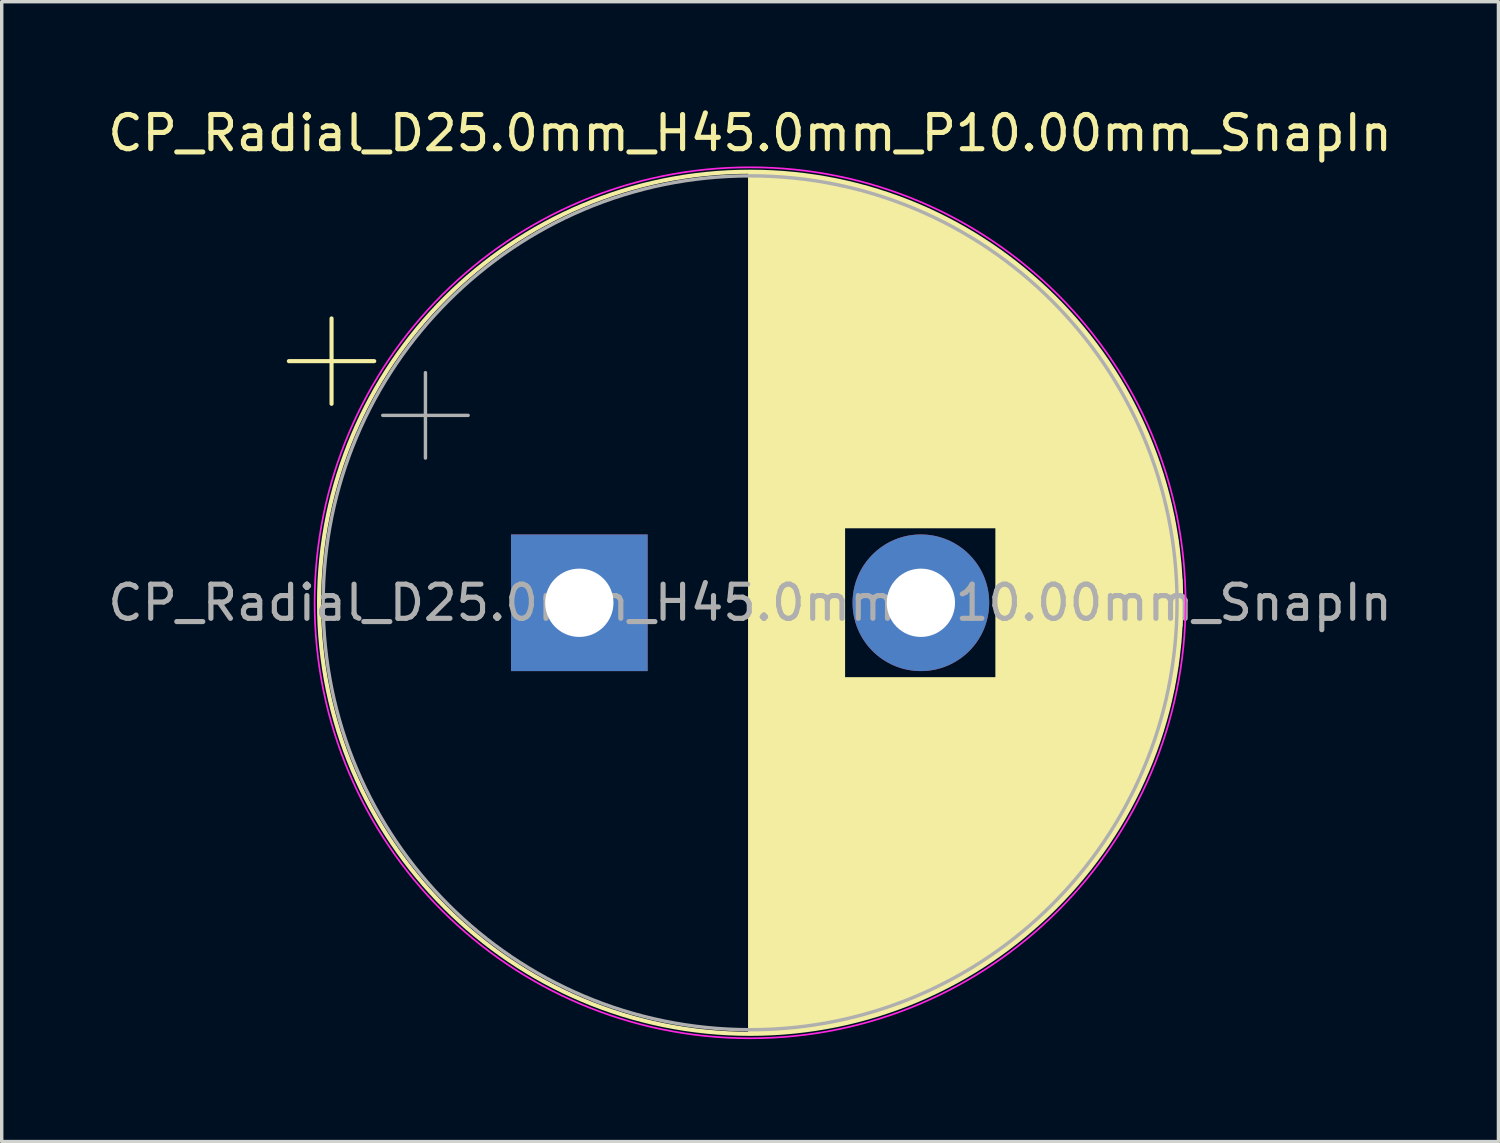
<source format=kicad_pcb>
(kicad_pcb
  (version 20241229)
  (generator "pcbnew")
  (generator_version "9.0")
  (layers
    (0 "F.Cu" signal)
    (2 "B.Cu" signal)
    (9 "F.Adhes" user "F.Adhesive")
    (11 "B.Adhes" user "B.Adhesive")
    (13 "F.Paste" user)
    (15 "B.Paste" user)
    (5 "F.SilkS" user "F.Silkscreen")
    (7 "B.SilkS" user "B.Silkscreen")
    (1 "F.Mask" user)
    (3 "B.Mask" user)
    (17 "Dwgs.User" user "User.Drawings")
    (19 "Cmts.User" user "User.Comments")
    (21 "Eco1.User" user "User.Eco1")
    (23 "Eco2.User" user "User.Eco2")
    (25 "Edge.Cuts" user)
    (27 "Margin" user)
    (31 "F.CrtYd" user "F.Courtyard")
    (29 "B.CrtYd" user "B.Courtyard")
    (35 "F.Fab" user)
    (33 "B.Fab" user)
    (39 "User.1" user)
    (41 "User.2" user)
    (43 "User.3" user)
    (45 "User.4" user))
  (footprint "CP_Radial_D25.0mm_H45.0mm_P10.00mm_SnapIn"
    (layer "F.Cu")
    (at 13.911 14.598)
    (property "Reference" "CP_Radial_D25.0mm_H45.0mm_P10.00mm_SnapIn" (at 5 -13.75 0) (layer "F.SilkS") (effects (font (size 1 1) (thickness 0.15))))
    (attr through_hole)
    (fp_line (start -8.504 -7.075) (end -6.004 -7.075) (stroke (width 0.12) (type solid)) (layer "F.SilkS"))
    (fp_line (start -7.254 -8.325) (end -7.254 -5.825) (stroke (width 0.12) (type solid)) (layer "F.SilkS"))
    (fp_line (start 5 -12.581) (end 5 12.581) (stroke (width 0.12) (type solid)) (layer "F.SilkS"))
    (fp_line (start 5.04 -12.58) (end 5.04 12.58) (stroke (width 0.12) (type solid)) (layer "F.SilkS"))
    (fp_line (start 5.08 -12.58) (end 5.08 12.58) (stroke (width 0.12) (type solid)) (layer "F.SilkS"))
    (fp_line (start 5.12 -12.58) (end 5.12 12.58) (stroke (width 0.12) (type solid)) (layer "F.SilkS"))
    (fp_line (start 5.16 -12.579) (end 5.16 12.579) (stroke (width 0.12) (type solid)) (layer "F.SilkS"))
    (fp_line (start 5.2 -12.579) (end 5.2 12.579) (stroke (width 0.12) (type solid)) (layer "F.SilkS"))
    (fp_line (start 5.24 -12.578) (end 5.24 12.578) (stroke (width 0.12) (type solid)) (layer "F.SilkS"))
    (fp_line (start 5.28 -12.577) (end 5.28 12.577) (stroke (width 0.12) (type solid)) (layer "F.SilkS"))
    (fp_line (start 5.32 -12.576) (end 5.32 12.576) (stroke (width 0.12) (type solid)) (layer "F.SilkS"))
    (fp_line (start 5.36 -12.575) (end 5.36 12.575) (stroke (width 0.12) (type solid)) (layer "F.SilkS"))
    (fp_line (start 5.4 -12.574) (end 5.4 12.574) (stroke (width 0.12) (type solid)) (layer "F.SilkS"))
    (fp_line (start 5.44 -12.573) (end 5.44 12.573) (stroke (width 0.12) (type solid)) (layer "F.SilkS"))
    (fp_line (start 5.48 -12.571) (end 5.48 12.571) (stroke (width 0.12) (type solid)) (layer "F.SilkS"))
    (fp_line (start 5.52 -12.57) (end 5.52 12.57) (stroke (width 0.12) (type solid)) (layer "F.SilkS"))
    (fp_line (start 5.56 -12.568) (end 5.56 12.568) (stroke (width 0.12) (type solid)) (layer "F.SilkS"))
    (fp_line (start 5.6 -12.566) (end 5.6 12.566) (stroke (width 0.12) (type solid)) (layer "F.SilkS"))
    (fp_line (start 5.64 -12.564) (end 5.64 12.564) (stroke (width 0.12) (type solid)) (layer "F.SilkS"))
    (fp_line (start 5.68 -12.562) (end 5.68 12.562) (stroke (width 0.12) (type solid)) (layer "F.SilkS"))
    (fp_line (start 5.721 -12.56) (end 5.721 12.56) (stroke (width 0.12) (type solid)) (layer "F.SilkS"))
    (fp_line (start 5.761 -12.558) (end 5.761 12.558) (stroke (width 0.12) (type solid)) (layer "F.SilkS"))
    (fp_line (start 5.801 -12.555) (end 5.801 12.555) (stroke (width 0.12) (type solid)) (layer "F.SilkS"))
    (fp_line (start 5.841 -12.553) (end 5.841 12.553) (stroke (width 0.12) (type solid)) (layer "F.SilkS"))
    (fp_line (start 5.881 -12.55) (end 5.881 12.55) (stroke (width 0.12) (type solid)) (layer "F.SilkS"))
    (fp_line (start 5.921 -12.547) (end 5.921 12.547) (stroke (width 0.12) (type solid)) (layer "F.SilkS"))
    (fp_line (start 5.961 -12.544) (end 5.961 12.544) (stroke (width 0.12) (type solid)) (layer "F.SilkS"))
    (fp_line (start 6.001 -12.541) (end 6.001 12.541) (stroke (width 0.12) (type solid)) (layer "F.SilkS"))
    (fp_line (start 6.041 -12.538) (end 6.041 12.538) (stroke (width 0.12) (type solid)) (layer "F.SilkS"))
    (fp_line (start 6.081 -12.534) (end 6.081 12.534) (stroke (width 0.12) (type solid)) (layer "F.SilkS"))
    (fp_line (start 6.121 -12.531) (end 6.121 12.531) (stroke (width 0.12) (type solid)) (layer "F.SilkS"))
    (fp_line (start 6.161 -12.527) (end 6.161 12.527) (stroke (width 0.12) (type solid)) (layer "F.SilkS"))
    (fp_line (start 6.201 -12.523) (end 6.201 12.523) (stroke (width 0.12) (type solid)) (layer "F.SilkS"))
    (fp_line (start 6.241 -12.519) (end 6.241 12.519) (stroke (width 0.12) (type solid)) (layer "F.SilkS"))
    (fp_line (start 6.281 -12.515) (end 6.281 12.515) (stroke (width 0.12) (type solid)) (layer "F.SilkS"))
    (fp_line (start 6.321 -12.511) (end 6.321 12.511) (stroke (width 0.12) (type solid)) (layer "F.SilkS"))
    (fp_line (start 6.361 -12.507) (end 6.361 12.507) (stroke (width 0.12) (type solid)) (layer "F.SilkS"))
    (fp_line (start 6.401 -12.503) (end 6.401 12.503) (stroke (width 0.12) (type solid)) (layer "F.SilkS"))
    (fp_line (start 6.441 -12.498) (end 6.441 12.498) (stroke (width 0.12) (type solid)) (layer "F.SilkS"))
    (fp_line (start 6.481 -12.493) (end 6.481 12.493) (stroke (width 0.12) (type solid)) (layer "F.SilkS"))
    (fp_line (start 6.521 -12.489) (end 6.521 12.489) (stroke (width 0.12) (type solid)) (layer "F.SilkS"))
    (fp_line (start 6.561 -12.484) (end 6.561 12.484) (stroke (width 0.12) (type solid)) (layer "F.SilkS"))
    (fp_line (start 6.601 -12.479) (end 6.601 12.479) (stroke (width 0.12) (type solid)) (layer "F.SilkS"))
    (fp_line (start 6.641 -12.473) (end 6.641 12.473) (stroke (width 0.12) (type solid)) (layer "F.SilkS"))
    (fp_line (start 6.681 -12.468) (end 6.681 12.468) (stroke (width 0.12) (type solid)) (layer "F.SilkS"))
    (fp_line (start 6.721 -12.463) (end 6.721 12.463) (stroke (width 0.12) (type solid)) (layer "F.SilkS"))
    (fp_line (start 6.761 -12.457) (end 6.761 12.457) (stroke (width 0.12) (type solid)) (layer "F.SilkS"))
    (fp_line (start 6.801 -12.451) (end 6.801 12.451) (stroke (width 0.12) (type solid)) (layer "F.SilkS"))
    (fp_line (start 6.841 -12.446) (end 6.841 12.446) (stroke (width 0.12) (type solid)) (layer "F.SilkS"))
    (fp_line (start 6.881 -12.44) (end 6.881 12.44) (stroke (width 0.12) (type solid)) (layer "F.SilkS"))
    (fp_line (start 6.921 -12.434) (end 6.921 12.434) (stroke (width 0.12) (type solid)) (layer "F.SilkS"))
    (fp_line (start 6.961 -12.427) (end 6.961 12.427) (stroke (width 0.12) (type solid)) (layer "F.SilkS"))
    (fp_line (start 7.001 -12.421) (end 7.001 12.421) (stroke (width 0.12) (type solid)) (layer "F.SilkS"))
    (fp_line (start 7.041 -12.415) (end 7.041 12.415) (stroke (width 0.12) (type solid)) (layer "F.SilkS"))
    (fp_line (start 7.081 -12.408) (end 7.081 12.408) (stroke (width 0.12) (type solid)) (layer "F.SilkS"))
    (fp_line (start 7.121 -12.401) (end 7.121 12.401) (stroke (width 0.12) (type solid)) (layer "F.SilkS"))
    (fp_line (start 7.161 -12.394) (end 7.161 12.394) (stroke (width 0.12) (type solid)) (layer "F.SilkS"))
    (fp_line (start 7.201 -12.387) (end 7.201 12.387) (stroke (width 0.12) (type solid)) (layer "F.SilkS"))
    (fp_line (start 7.241 -12.38) (end 7.241 12.38) (stroke (width 0.12) (type solid)) (layer "F.SilkS"))
    (fp_line (start 7.281 -12.373) (end 7.281 12.373) (stroke (width 0.12) (type solid)) (layer "F.SilkS"))
    (fp_line (start 7.321 -12.365) (end 7.321 12.365) (stroke (width 0.12) (type solid)) (layer "F.SilkS"))
    (fp_line (start 7.361 -12.358) (end 7.361 12.358) (stroke (width 0.12) (type solid)) (layer "F.SilkS"))
    (fp_line (start 7.401 -12.35) (end 7.401 12.35) (stroke (width 0.12) (type solid)) (layer "F.SilkS"))
    (fp_line (start 7.441 -12.342) (end 7.441 12.342) (stroke (width 0.12) (type solid)) (layer "F.SilkS"))
    (fp_line (start 7.481 -12.334) (end 7.481 12.334) (stroke (width 0.12) (type solid)) (layer "F.SilkS"))
    (fp_line (start 7.521 -12.326) (end 7.521 12.326) (stroke (width 0.12) (type solid)) (layer "F.SilkS"))
    (fp_line (start 7.561 -12.318) (end 7.561 12.318) (stroke (width 0.12) (type solid)) (layer "F.SilkS"))
    (fp_line (start 7.601 -12.31) (end 7.601 12.31) (stroke (width 0.12) (type solid)) (layer "F.SilkS"))
    (fp_line (start 7.641 -12.301) (end 7.641 12.301) (stroke (width 0.12) (type solid)) (layer "F.SilkS"))
    (fp_line (start 7.681 -12.293) (end 7.681 12.293) (stroke (width 0.12) (type solid)) (layer "F.SilkS"))
    (fp_line (start 7.721 -12.284) (end 7.721 12.284) (stroke (width 0.12) (type solid)) (layer "F.SilkS"))
    (fp_line (start 7.761 -12.275) (end 7.761 -2.24) (stroke (width 0.12) (type solid)) (layer "F.SilkS"))
    (fp_line (start 7.761 2.24) (end 7.761 12.275) (stroke (width 0.12) (type solid)) (layer "F.SilkS"))
    (fp_line (start 7.801 -12.266) (end 7.801 -2.24) (stroke (width 0.12) (type solid)) (layer "F.SilkS"))
    (fp_line (start 7.801 2.24) (end 7.801 12.266) (stroke (width 0.12) (type solid)) (layer "F.SilkS"))
    (fp_line (start 7.841 -12.257) (end 7.841 -2.24) (stroke (width 0.12) (type solid)) (layer "F.SilkS"))
    (fp_line (start 7.841 2.24) (end 7.841 12.257) (stroke (width 0.12) (type solid)) (layer "F.SilkS"))
    (fp_line (start 7.881 -12.247) (end 7.881 -2.24) (stroke (width 0.12) (type solid)) (layer "F.SilkS"))
    (fp_line (start 7.881 2.24) (end 7.881 12.247) (stroke (width 0.12) (type solid)) (layer "F.SilkS"))
    (fp_line (start 7.921 -12.238) (end 7.921 -2.24) (stroke (width 0.12) (type solid)) (layer "F.SilkS"))
    (fp_line (start 7.921 2.24) (end 7.921 12.238) (stroke (width 0.12) (type solid)) (layer "F.SilkS"))
    (fp_line (start 7.961 -12.228) (end 7.961 -2.24) (stroke (width 0.12) (type solid)) (layer "F.SilkS"))
    (fp_line (start 7.961 2.24) (end 7.961 12.228) (stroke (width 0.12) (type solid)) (layer "F.SilkS"))
    (fp_line (start 8.001 -12.219) (end 8.001 -2.24) (stroke (width 0.12) (type solid)) (layer "F.SilkS"))
    (fp_line (start 8.001 2.24) (end 8.001 12.219) (stroke (width 0.12) (type solid)) (layer "F.SilkS"))
    (fp_line (start 8.041 -12.209) (end 8.041 -2.24) (stroke (width 0.12) (type solid)) (layer "F.SilkS"))
    (fp_line (start 8.041 2.24) (end 8.041 12.209) (stroke (width 0.12) (type solid)) (layer "F.SilkS"))
    (fp_line (start 8.081 -12.199) (end 8.081 -2.24) (stroke (width 0.12) (type solid)) (layer "F.SilkS"))
    (fp_line (start 8.081 2.24) (end 8.081 12.199) (stroke (width 0.12) (type solid)) (layer "F.SilkS"))
    (fp_line (start 8.121 -12.189) (end 8.121 -2.24) (stroke (width 0.12) (type solid)) (layer "F.SilkS"))
    (fp_line (start 8.121 2.24) (end 8.121 12.189) (stroke (width 0.12) (type solid)) (layer "F.SilkS"))
    (fp_line (start 8.161 -12.178) (end 8.161 -2.24) (stroke (width 0.12) (type solid)) (layer "F.SilkS"))
    (fp_line (start 8.161 2.24) (end 8.161 12.178) (stroke (width 0.12) (type solid)) (layer "F.SilkS"))
    (fp_line (start 8.201 -12.168) (end 8.201 -2.24) (stroke (width 0.12) (type solid)) (layer "F.SilkS"))
    (fp_line (start 8.201 2.24) (end 8.201 12.168) (stroke (width 0.12) (type solid)) (layer "F.SilkS"))
    (fp_line (start 8.241 -12.157) (end 8.241 -2.24) (stroke (width 0.12) (type solid)) (layer "F.SilkS"))
    (fp_line (start 8.241 2.24) (end 8.241 12.157) (stroke (width 0.12) (type solid)) (layer "F.SilkS"))
    (fp_line (start 8.281 -12.147) (end 8.281 -2.24) (stroke (width 0.12) (type solid)) (layer "F.SilkS"))
    (fp_line (start 8.281 2.24) (end 8.281 12.147) (stroke (width 0.12) (type solid)) (layer "F.SilkS"))
    (fp_line (start 8.321 -12.136) (end 8.321 -2.24) (stroke (width 0.12) (type solid)) (layer "F.SilkS"))
    (fp_line (start 8.321 2.24) (end 8.321 12.136) (stroke (width 0.12) (type solid)) (layer "F.SilkS"))
    (fp_line (start 8.361 -12.125) (end 8.361 -2.24) (stroke (width 0.12) (type solid)) (layer "F.SilkS"))
    (fp_line (start 8.361 2.24) (end 8.361 12.125) (stroke (width 0.12) (type solid)) (layer "F.SilkS"))
    (fp_line (start 8.401 -12.114) (end 8.401 -2.24) (stroke (width 0.12) (type solid)) (layer "F.SilkS"))
    (fp_line (start 8.401 2.24) (end 8.401 12.114) (stroke (width 0.12) (type solid)) (layer "F.SilkS"))
    (fp_line (start 8.441 -12.103) (end 8.441 -2.24) (stroke (width 0.12) (type solid)) (layer "F.SilkS"))
    (fp_line (start 8.441 2.24) (end 8.441 12.103) (stroke (width 0.12) (type solid)) (layer "F.SilkS"))
    (fp_line (start 8.481 -12.091) (end 8.481 -2.24) (stroke (width 0.12) (type solid)) (layer "F.SilkS"))
    (fp_line (start 8.481 2.24) (end 8.481 12.091) (stroke (width 0.12) (type solid)) (layer "F.SilkS"))
    (fp_line (start 8.521 -12.08) (end 8.521 -2.24) (stroke (width 0.12) (type solid)) (layer "F.SilkS"))
    (fp_line (start 8.521 2.24) (end 8.521 12.08) (stroke (width 0.12) (type solid)) (layer "F.SilkS"))
    (fp_line (start 8.561 -12.068) (end 8.561 -2.24) (stroke (width 0.12) (type solid)) (layer "F.SilkS"))
    (fp_line (start 8.561 2.24) (end 8.561 12.068) (stroke (width 0.12) (type solid)) (layer "F.SilkS"))
    (fp_line (start 8.601 -12.056) (end 8.601 -2.24) (stroke (width 0.12) (type solid)) (layer "F.SilkS"))
    (fp_line (start 8.601 2.24) (end 8.601 12.056) (stroke (width 0.12) (type solid)) (layer "F.SilkS"))
    (fp_line (start 8.641 -12.044) (end 8.641 -2.24) (stroke (width 0.12) (type solid)) (layer "F.SilkS"))
    (fp_line (start 8.641 2.24) (end 8.641 12.044) (stroke (width 0.12) (type solid)) (layer "F.SilkS"))
    (fp_line (start 8.681 -12.032) (end 8.681 -2.24) (stroke (width 0.12) (type solid)) (layer "F.SilkS"))
    (fp_line (start 8.681 2.24) (end 8.681 12.032) (stroke (width 0.12) (type solid)) (layer "F.SilkS"))
    (fp_line (start 8.721 -12.02) (end 8.721 -2.24) (stroke (width 0.12) (type solid)) (layer "F.SilkS"))
    (fp_line (start 8.721 2.24) (end 8.721 12.02) (stroke (width 0.12) (type solid)) (layer "F.SilkS"))
    (fp_line (start 8.761 -12.007) (end 8.761 -2.24) (stroke (width 0.12) (type solid)) (layer "F.SilkS"))
    (fp_line (start 8.761 2.24) (end 8.761 12.007) (stroke (width 0.12) (type solid)) (layer "F.SilkS"))
    (fp_line (start 8.801 -11.995) (end 8.801 -2.24) (stroke (width 0.12) (type solid)) (layer "F.SilkS"))
    (fp_line (start 8.801 2.24) (end 8.801 11.995) (stroke (width 0.12) (type solid)) (layer "F.SilkS"))
    (fp_line (start 8.841 -11.982) (end 8.841 -2.24) (stroke (width 0.12) (type solid)) (layer "F.SilkS"))
    (fp_line (start 8.841 2.24) (end 8.841 11.982) (stroke (width 0.12) (type solid)) (layer "F.SilkS"))
    (fp_line (start 8.881 -11.969) (end 8.881 -2.24) (stroke (width 0.12) (type solid)) (layer "F.SilkS"))
    (fp_line (start 8.881 2.24) (end 8.881 11.969) (stroke (width 0.12) (type solid)) (layer "F.SilkS"))
    (fp_line (start 8.921 -11.956) (end 8.921 -2.24) (stroke (width 0.12) (type solid)) (layer "F.SilkS"))
    (fp_line (start 8.921 2.24) (end 8.921 11.956) (stroke (width 0.12) (type solid)) (layer "F.SilkS"))
    (fp_line (start 8.961 -11.943) (end 8.961 -2.24) (stroke (width 0.12) (type solid)) (layer "F.SilkS"))
    (fp_line (start 8.961 2.24) (end 8.961 11.943) (stroke (width 0.12) (type solid)) (layer "F.SilkS"))
    (fp_line (start 9.001 -11.93) (end 9.001 -2.24) (stroke (width 0.12) (type solid)) (layer "F.SilkS"))
    (fp_line (start 9.001 2.24) (end 9.001 11.93) (stroke (width 0.12) (type solid)) (layer "F.SilkS"))
    (fp_line (start 9.041 -11.916) (end 9.041 -2.24) (stroke (width 0.12) (type solid)) (layer "F.SilkS"))
    (fp_line (start 9.041 2.24) (end 9.041 11.916) (stroke (width 0.12) (type solid)) (layer "F.SilkS"))
    (fp_line (start 9.081 -11.903) (end 9.081 -2.24) (stroke (width 0.12) (type solid)) (layer "F.SilkS"))
    (fp_line (start 9.081 2.24) (end 9.081 11.903) (stroke (width 0.12) (type solid)) (layer "F.SilkS"))
    (fp_line (start 9.121 -11.889) (end 9.121 -2.24) (stroke (width 0.12) (type solid)) (layer "F.SilkS"))
    (fp_line (start 9.121 2.24) (end 9.121 11.889) (stroke (width 0.12) (type solid)) (layer "F.SilkS"))
    (fp_line (start 9.161 -11.875) (end 9.161 -2.24) (stroke (width 0.12) (type solid)) (layer "F.SilkS"))
    (fp_line (start 9.161 2.24) (end 9.161 11.875) (stroke (width 0.12) (type solid)) (layer "F.SilkS"))
    (fp_line (start 9.201 -11.861) (end 9.201 -2.24) (stroke (width 0.12) (type solid)) (layer "F.SilkS"))
    (fp_line (start 9.201 2.24) (end 9.201 11.861) (stroke (width 0.12) (type solid)) (layer "F.SilkS"))
    (fp_line (start 9.241 -11.847) (end 9.241 -2.24) (stroke (width 0.12) (type solid)) (layer "F.SilkS"))
    (fp_line (start 9.241 2.24) (end 9.241 11.847) (stroke (width 0.12) (type solid)) (layer "F.SilkS"))
    (fp_line (start 9.281 -11.833) (end 9.281 -2.24) (stroke (width 0.12) (type solid)) (layer "F.SilkS"))
    (fp_line (start 9.281 2.24) (end 9.281 11.833) (stroke (width 0.12) (type solid)) (layer "F.SilkS"))
    (fp_line (start 9.321 -11.818) (end 9.321 -2.24) (stroke (width 0.12) (type solid)) (layer "F.SilkS"))
    (fp_line (start 9.321 2.24) (end 9.321 11.818) (stroke (width 0.12) (type solid)) (layer "F.SilkS"))
    (fp_line (start 9.361 -11.803) (end 9.361 -2.24) (stroke (width 0.12) (type solid)) (layer "F.SilkS"))
    (fp_line (start 9.361 2.24) (end 9.361 11.803) (stroke (width 0.12) (type solid)) (layer "F.SilkS"))
    (fp_line (start 9.401 -11.789) (end 9.401 -2.24) (stroke (width 0.12) (type solid)) (layer "F.SilkS"))
    (fp_line (start 9.401 2.24) (end 9.401 11.789) (stroke (width 0.12) (type solid)) (layer "F.SilkS"))
    (fp_line (start 9.441 -11.774) (end 9.441 -2.24) (stroke (width 0.12) (type solid)) (layer "F.SilkS"))
    (fp_line (start 9.441 2.24) (end 9.441 11.774) (stroke (width 0.12) (type solid)) (layer "F.SilkS"))
    (fp_line (start 9.481 -11.759) (end 9.481 -2.24) (stroke (width 0.12) (type solid)) (layer "F.SilkS"))
    (fp_line (start 9.481 2.24) (end 9.481 11.759) (stroke (width 0.12) (type solid)) (layer "F.SilkS"))
    (fp_line (start 9.521 -11.743) (end 9.521 -2.24) (stroke (width 0.12) (type solid)) (layer "F.SilkS"))
    (fp_line (start 9.521 2.24) (end 9.521 11.743) (stroke (width 0.12) (type solid)) (layer "F.SilkS"))
    (fp_line (start 9.561 -11.728) (end 9.561 -2.24) (stroke (width 0.12) (type solid)) (layer "F.SilkS"))
    (fp_line (start 9.561 2.24) (end 9.561 11.728) (stroke (width 0.12) (type solid)) (layer "F.SilkS"))
    (fp_line (start 9.601 -11.712) (end 9.601 -2.24) (stroke (width 0.12) (type solid)) (layer "F.SilkS"))
    (fp_line (start 9.601 2.24) (end 9.601 11.712) (stroke (width 0.12) (type solid)) (layer "F.SilkS"))
    (fp_line (start 9.641 -11.697) (end 9.641 -2.24) (stroke (width 0.12) (type solid)) (layer "F.SilkS"))
    (fp_line (start 9.641 2.24) (end 9.641 11.697) (stroke (width 0.12) (type solid)) (layer "F.SilkS"))
    (fp_line (start 9.681 -11.681) (end 9.681 -2.24) (stroke (width 0.12) (type solid)) (layer "F.SilkS"))
    (fp_line (start 9.681 2.24) (end 9.681 11.681) (stroke (width 0.12) (type solid)) (layer "F.SilkS"))
    (fp_line (start 9.721 -11.665) (end 9.721 -2.24) (stroke (width 0.12) (type solid)) (layer "F.SilkS"))
    (fp_line (start 9.721 2.24) (end 9.721 11.665) (stroke (width 0.12) (type solid)) (layer "F.SilkS"))
    (fp_line (start 9.761 -11.648) (end 9.761 -2.24) (stroke (width 0.12) (type solid)) (layer "F.SilkS"))
    (fp_line (start 9.761 2.24) (end 9.761 11.648) (stroke (width 0.12) (type solid)) (layer "F.SilkS"))
    (fp_line (start 9.801 -11.632) (end 9.801 -2.24) (stroke (width 0.12) (type solid)) (layer "F.SilkS"))
    (fp_line (start 9.801 2.24) (end 9.801 11.632) (stroke (width 0.12) (type solid)) (layer "F.SilkS"))
    (fp_line (start 9.841 -11.615) (end 9.841 -2.24) (stroke (width 0.12) (type solid)) (layer "F.SilkS"))
    (fp_line (start 9.841 2.24) (end 9.841 11.615) (stroke (width 0.12) (type solid)) (layer "F.SilkS"))
    (fp_line (start 9.881 -11.599) (end 9.881 -2.24) (stroke (width 0.12) (type solid)) (layer "F.SilkS"))
    (fp_line (start 9.881 2.24) (end 9.881 11.599) (stroke (width 0.12) (type solid)) (layer "F.SilkS"))
    (fp_line (start 9.921 -11.582) (end 9.921 -2.24) (stroke (width 0.12) (type solid)) (layer "F.SilkS"))
    (fp_line (start 9.921 2.24) (end 9.921 11.582) (stroke (width 0.12) (type solid)) (layer "F.SilkS"))
    (fp_line (start 9.961 -11.565) (end 9.961 -2.24) (stroke (width 0.12) (type solid)) (layer "F.SilkS"))
    (fp_line (start 9.961 2.24) (end 9.961 11.565) (stroke (width 0.12) (type solid)) (layer "F.SilkS"))
    (fp_line (start 10.001 -11.548) (end 10.001 -2.24) (stroke (width 0.12) (type solid)) (layer "F.SilkS"))
    (fp_line (start 10.001 2.24) (end 10.001 11.548) (stroke (width 0.12) (type solid)) (layer "F.SilkS"))
    (fp_line (start 10.041 -11.53) (end 10.041 -2.24) (stroke (width 0.12) (type solid)) (layer "F.SilkS"))
    (fp_line (start 10.041 2.24) (end 10.041 11.53) (stroke (width 0.12) (type solid)) (layer "F.SilkS"))
    (fp_line (start 10.081 -11.513) (end 10.081 -2.24) (stroke (width 0.12) (type solid)) (layer "F.SilkS"))
    (fp_line (start 10.081 2.24) (end 10.081 11.513) (stroke (width 0.12) (type solid)) (layer "F.SilkS"))
    (fp_line (start 10.121 -11.495) (end 10.121 -2.24) (stroke (width 0.12) (type solid)) (layer "F.SilkS"))
    (fp_line (start 10.121 2.24) (end 10.121 11.495) (stroke (width 0.12) (type solid)) (layer "F.SilkS"))
    (fp_line (start 10.161 -11.477) (end 10.161 -2.24) (stroke (width 0.12) (type solid)) (layer "F.SilkS"))
    (fp_line (start 10.161 2.24) (end 10.161 11.477) (stroke (width 0.12) (type solid)) (layer "F.SilkS"))
    (fp_line (start 10.201 -11.459) (end 10.201 -2.24) (stroke (width 0.12) (type solid)) (layer "F.SilkS"))
    (fp_line (start 10.201 2.24) (end 10.201 11.459) (stroke (width 0.12) (type solid)) (layer "F.SilkS"))
    (fp_line (start 10.241 -11.441) (end 10.241 -2.24) (stroke (width 0.12) (type solid)) (layer "F.SilkS"))
    (fp_line (start 10.241 2.24) (end 10.241 11.441) (stroke (width 0.12) (type solid)) (layer "F.SilkS"))
    (fp_line (start 10.281 -11.423) (end 10.281 -2.24) (stroke (width 0.12) (type solid)) (layer "F.SilkS"))
    (fp_line (start 10.281 2.24) (end 10.281 11.423) (stroke (width 0.12) (type solid)) (layer "F.SilkS"))
    (fp_line (start 10.321 -11.404) (end 10.321 -2.24) (stroke (width 0.12) (type solid)) (layer "F.SilkS"))
    (fp_line (start 10.321 2.24) (end 10.321 11.404) (stroke (width 0.12) (type solid)) (layer "F.SilkS"))
    (fp_line (start 10.361 -11.386) (end 10.361 -2.24) (stroke (width 0.12) (type solid)) (layer "F.SilkS"))
    (fp_line (start 10.361 2.24) (end 10.361 11.386) (stroke (width 0.12) (type solid)) (layer "F.SilkS"))
    (fp_line (start 10.401 -11.367) (end 10.401 -2.24) (stroke (width 0.12) (type solid)) (layer "F.SilkS"))
    (fp_line (start 10.401 2.24) (end 10.401 11.367) (stroke (width 0.12) (type solid)) (layer "F.SilkS"))
    (fp_line (start 10.441 -11.348) (end 10.441 -2.24) (stroke (width 0.12) (type solid)) (layer "F.SilkS"))
    (fp_line (start 10.441 2.24) (end 10.441 11.348) (stroke (width 0.12) (type solid)) (layer "F.SilkS"))
    (fp_line (start 10.481 -11.329) (end 10.481 -2.24) (stroke (width 0.12) (type solid)) (layer "F.SilkS"))
    (fp_line (start 10.481 2.24) (end 10.481 11.329) (stroke (width 0.12) (type solid)) (layer "F.SilkS"))
    (fp_line (start 10.521 -11.309) (end 10.521 -2.24) (stroke (width 0.12) (type solid)) (layer "F.SilkS"))
    (fp_line (start 10.521 2.24) (end 10.521 11.309) (stroke (width 0.12) (type solid)) (layer "F.SilkS"))
    (fp_line (start 10.561 -11.29) (end 10.561 -2.24) (stroke (width 0.12) (type solid)) (layer "F.SilkS"))
    (fp_line (start 10.561 2.24) (end 10.561 11.29) (stroke (width 0.12) (type solid)) (layer "F.SilkS"))
    (fp_line (start 10.601 -11.27) (end 10.601 -2.24) (stroke (width 0.12) (type solid)) (layer "F.SilkS"))
    (fp_line (start 10.601 2.24) (end 10.601 11.27) (stroke (width 0.12) (type solid)) (layer "F.SilkS"))
    (fp_line (start 10.641 -11.25) (end 10.641 -2.24) (stroke (width 0.12) (type solid)) (layer "F.SilkS"))
    (fp_line (start 10.641 2.24) (end 10.641 11.25) (stroke (width 0.12) (type solid)) (layer "F.SilkS"))
    (fp_line (start 10.681 -11.23) (end 10.681 -2.24) (stroke (width 0.12) (type solid)) (layer "F.SilkS"))
    (fp_line (start 10.681 2.24) (end 10.681 11.23) (stroke (width 0.12) (type solid)) (layer "F.SilkS"))
    (fp_line (start 10.721 -11.21) (end 10.721 -2.24) (stroke (width 0.12) (type solid)) (layer "F.SilkS"))
    (fp_line (start 10.721 2.24) (end 10.721 11.21) (stroke (width 0.12) (type solid)) (layer "F.SilkS"))
    (fp_line (start 10.761 -11.189) (end 10.761 -2.24) (stroke (width 0.12) (type solid)) (layer "F.SilkS"))
    (fp_line (start 10.761 2.24) (end 10.761 11.189) (stroke (width 0.12) (type solid)) (layer "F.SilkS"))
    (fp_line (start 10.801 -11.169) (end 10.801 -2.24) (stroke (width 0.12) (type solid)) (layer "F.SilkS"))
    (fp_line (start 10.801 2.24) (end 10.801 11.169) (stroke (width 0.12) (type solid)) (layer "F.SilkS"))
    (fp_line (start 10.841 -11.148) (end 10.841 -2.24) (stroke (width 0.12) (type solid)) (layer "F.SilkS"))
    (fp_line (start 10.841 2.24) (end 10.841 11.148) (stroke (width 0.12) (type solid)) (layer "F.SilkS"))
    (fp_line (start 10.881 -11.127) (end 10.881 -2.24) (stroke (width 0.12) (type solid)) (layer "F.SilkS"))
    (fp_line (start 10.881 2.24) (end 10.881 11.127) (stroke (width 0.12) (type solid)) (layer "F.SilkS"))
    (fp_line (start 10.921 -11.106) (end 10.921 -2.24) (stroke (width 0.12) (type solid)) (layer "F.SilkS"))
    (fp_line (start 10.921 2.24) (end 10.921 11.106) (stroke (width 0.12) (type solid)) (layer "F.SilkS"))
    (fp_line (start 10.961 -11.084) (end 10.961 -2.24) (stroke (width 0.12) (type solid)) (layer "F.SilkS"))
    (fp_line (start 10.961 2.24) (end 10.961 11.084) (stroke (width 0.12) (type solid)) (layer "F.SilkS"))
    (fp_line (start 11.001 -11.063) (end 11.001 -2.24) (stroke (width 0.12) (type solid)) (layer "F.SilkS"))
    (fp_line (start 11.001 2.24) (end 11.001 11.063) (stroke (width 0.12) (type solid)) (layer "F.SilkS"))
    (fp_line (start 11.041 -11.041) (end 11.041 -2.24) (stroke (width 0.12) (type solid)) (layer "F.SilkS"))
    (fp_line (start 11.041 2.24) (end 11.041 11.041) (stroke (width 0.12) (type solid)) (layer "F.SilkS"))
    (fp_line (start 11.081 -11.019) (end 11.081 -2.24) (stroke (width 0.12) (type solid)) (layer "F.SilkS"))
    (fp_line (start 11.081 2.24) (end 11.081 11.019) (stroke (width 0.12) (type solid)) (layer "F.SilkS"))
    (fp_line (start 11.121 -10.997) (end 11.121 -2.24) (stroke (width 0.12) (type solid)) (layer "F.SilkS"))
    (fp_line (start 11.121 2.24) (end 11.121 10.997) (stroke (width 0.12) (type solid)) (layer "F.SilkS"))
    (fp_line (start 11.161 -10.975) (end 11.161 -2.24) (stroke (width 0.12) (type solid)) (layer "F.SilkS"))
    (fp_line (start 11.161 2.24) (end 11.161 10.975) (stroke (width 0.12) (type solid)) (layer "F.SilkS"))
    (fp_line (start 11.201 -10.953) (end 11.201 -2.24) (stroke (width 0.12) (type solid)) (layer "F.SilkS"))
    (fp_line (start 11.201 2.24) (end 11.201 10.953) (stroke (width 0.12) (type solid)) (layer "F.SilkS"))
    (fp_line (start 11.241 -10.93) (end 11.241 -2.24) (stroke (width 0.12) (type solid)) (layer "F.SilkS"))
    (fp_line (start 11.241 2.24) (end 11.241 10.93) (stroke (width 0.12) (type solid)) (layer "F.SilkS"))
    (fp_line (start 11.281 -10.907) (end 11.281 -2.24) (stroke (width 0.12) (type solid)) (layer "F.SilkS"))
    (fp_line (start 11.281 2.24) (end 11.281 10.907) (stroke (width 0.12) (type solid)) (layer "F.SilkS"))
    (fp_line (start 11.321 -10.884) (end 11.321 -2.24) (stroke (width 0.12) (type solid)) (layer "F.SilkS"))
    (fp_line (start 11.321 2.24) (end 11.321 10.884) (stroke (width 0.12) (type solid)) (layer "F.SilkS"))
    (fp_line (start 11.361 -10.861) (end 11.361 -2.24) (stroke (width 0.12) (type solid)) (layer "F.SilkS"))
    (fp_line (start 11.361 2.24) (end 11.361 10.861) (stroke (width 0.12) (type solid)) (layer "F.SilkS"))
    (fp_line (start 11.401 -10.837) (end 11.401 -2.24) (stroke (width 0.12) (type solid)) (layer "F.SilkS"))
    (fp_line (start 11.401 2.24) (end 11.401 10.837) (stroke (width 0.12) (type solid)) (layer "F.SilkS"))
    (fp_line (start 11.441 -10.814) (end 11.441 -2.24) (stroke (width 0.12) (type solid)) (layer "F.SilkS"))
    (fp_line (start 11.441 2.24) (end 11.441 10.814) (stroke (width 0.12) (type solid)) (layer "F.SilkS"))
    (fp_line (start 11.481 -10.79) (end 11.481 -2.24) (stroke (width 0.12) (type solid)) (layer "F.SilkS"))
    (fp_line (start 11.481 2.24) (end 11.481 10.79) (stroke (width 0.12) (type solid)) (layer "F.SilkS"))
    (fp_line (start 11.521 -10.766) (end 11.521 -2.24) (stroke (width 0.12) (type solid)) (layer "F.SilkS"))
    (fp_line (start 11.521 2.24) (end 11.521 10.766) (stroke (width 0.12) (type solid)) (layer "F.SilkS"))
    (fp_line (start 11.561 -10.742) (end 11.561 -2.24) (stroke (width 0.12) (type solid)) (layer "F.SilkS"))
    (fp_line (start 11.561 2.24) (end 11.561 10.742) (stroke (width 0.12) (type solid)) (layer "F.SilkS"))
    (fp_line (start 11.601 -10.717) (end 11.601 -2.24) (stroke (width 0.12) (type solid)) (layer "F.SilkS"))
    (fp_line (start 11.601 2.24) (end 11.601 10.717) (stroke (width 0.12) (type solid)) (layer "F.SilkS"))
    (fp_line (start 11.641 -10.692) (end 11.641 -2.24) (stroke (width 0.12) (type solid)) (layer "F.SilkS"))
    (fp_line (start 11.641 2.24) (end 11.641 10.692) (stroke (width 0.12) (type solid)) (layer "F.SilkS"))
    (fp_line (start 11.681 -10.668) (end 11.681 -2.24) (stroke (width 0.12) (type solid)) (layer "F.SilkS"))
    (fp_line (start 11.681 2.24) (end 11.681 10.668) (stroke (width 0.12) (type solid)) (layer "F.SilkS"))
    (fp_line (start 11.721 -10.643) (end 11.721 -2.24) (stroke (width 0.12) (type solid)) (layer "F.SilkS"))
    (fp_line (start 11.721 2.24) (end 11.721 10.643) (stroke (width 0.12) (type solid)) (layer "F.SilkS"))
    (fp_line (start 11.761 -10.617) (end 11.761 -2.24) (stroke (width 0.12) (type solid)) (layer "F.SilkS"))
    (fp_line (start 11.761 2.24) (end 11.761 10.617) (stroke (width 0.12) (type solid)) (layer "F.SilkS"))
    (fp_line (start 11.801 -10.592) (end 11.801 -2.24) (stroke (width 0.12) (type solid)) (layer "F.SilkS"))
    (fp_line (start 11.801 2.24) (end 11.801 10.592) (stroke (width 0.12) (type solid)) (layer "F.SilkS"))
    (fp_line (start 11.841 -10.566) (end 11.841 -2.24) (stroke (width 0.12) (type solid)) (layer "F.SilkS"))
    (fp_line (start 11.841 2.24) (end 11.841 10.566) (stroke (width 0.12) (type solid)) (layer "F.SilkS"))
    (fp_line (start 11.881 -10.54) (end 11.881 -2.24) (stroke (width 0.12) (type solid)) (layer "F.SilkS"))
    (fp_line (start 11.881 2.24) (end 11.881 10.54) (stroke (width 0.12) (type solid)) (layer "F.SilkS"))
    (fp_line (start 11.921 -10.514) (end 11.921 -2.24) (stroke (width 0.12) (type solid)) (layer "F.SilkS"))
    (fp_line (start 11.921 2.24) (end 11.921 10.514) (stroke (width 0.12) (type solid)) (layer "F.SilkS"))
    (fp_line (start 11.961 -10.488) (end 11.961 -2.24) (stroke (width 0.12) (type solid)) (layer "F.SilkS"))
    (fp_line (start 11.961 2.24) (end 11.961 10.488) (stroke (width 0.12) (type solid)) (layer "F.SilkS"))
    (fp_line (start 12.001 -10.461) (end 12.001 -2.24) (stroke (width 0.12) (type solid)) (layer "F.SilkS"))
    (fp_line (start 12.001 2.24) (end 12.001 10.461) (stroke (width 0.12) (type solid)) (layer "F.SilkS"))
    (fp_line (start 12.041 -10.434) (end 12.041 -2.24) (stroke (width 0.12) (type solid)) (layer "F.SilkS"))
    (fp_line (start 12.041 2.24) (end 12.041 10.434) (stroke (width 0.12) (type solid)) (layer "F.SilkS"))
    (fp_line (start 12.081 -10.407) (end 12.081 -2.24) (stroke (width 0.12) (type solid)) (layer "F.SilkS"))
    (fp_line (start 12.081 2.24) (end 12.081 10.407) (stroke (width 0.12) (type solid)) (layer "F.SilkS"))
    (fp_line (start 12.121 -10.38) (end 12.121 -2.24) (stroke (width 0.12) (type solid)) (layer "F.SilkS"))
    (fp_line (start 12.121 2.24) (end 12.121 10.38) (stroke (width 0.12) (type solid)) (layer "F.SilkS"))
    (fp_line (start 12.161 -10.353) (end 12.161 -2.24) (stroke (width 0.12) (type solid)) (layer "F.SilkS"))
    (fp_line (start 12.161 2.24) (end 12.161 10.353) (stroke (width 0.12) (type solid)) (layer "F.SilkS"))
    (fp_line (start 12.201 -10.325) (end 12.201 -2.24) (stroke (width 0.12) (type solid)) (layer "F.SilkS"))
    (fp_line (start 12.201 2.24) (end 12.201 10.325) (stroke (width 0.12) (type solid)) (layer "F.SilkS"))
    (fp_line (start 12.241 -10.297) (end 12.241 10.297) (stroke (width 0.12) (type solid)) (layer "F.SilkS"))
    (fp_line (start 12.281 -10.269) (end 12.281 10.269) (stroke (width 0.12) (type solid)) (layer "F.SilkS"))
    (fp_line (start 12.321 -10.241) (end 12.321 10.241) (stroke (width 0.12) (type solid)) (layer "F.SilkS"))
    (fp_line (start 12.361 -10.212) (end 12.361 10.212) (stroke (width 0.12) (type solid)) (layer "F.SilkS"))
    (fp_line (start 12.401 -10.183) (end 12.401 10.183) (stroke (width 0.12) (type solid)) (layer "F.SilkS"))
    (fp_line (start 12.441 -10.154) (end 12.441 10.154) (stroke (width 0.12) (type solid)) (layer "F.SilkS"))
    (fp_line (start 12.481 -10.125) (end 12.481 10.125) (stroke (width 0.12) (type solid)) (layer "F.SilkS"))
    (fp_line (start 12.521 -10.095) (end 12.521 10.095) (stroke (width 0.12) (type solid)) (layer "F.SilkS"))
    (fp_line (start 12.561 -10.065) (end 12.561 10.065) (stroke (width 0.12) (type solid)) (layer "F.SilkS"))
    (fp_line (start 12.601 -10.035) (end 12.601 10.035) (stroke (width 0.12) (type solid)) (layer "F.SilkS"))
    (fp_line (start 12.641 -10.005) (end 12.641 10.005) (stroke (width 0.12) (type solid)) (layer "F.SilkS"))
    (fp_line (start 12.681 -9.975) (end 12.681 9.975) (stroke (width 0.12) (type solid)) (layer "F.SilkS"))
    (fp_line (start 12.721 -9.944) (end 12.721 9.944) (stroke (width 0.12) (type solid)) (layer "F.SilkS"))
    (fp_line (start 12.761 -9.913) (end 12.761 9.913) (stroke (width 0.12) (type solid)) (layer "F.SilkS"))
    (fp_line (start 12.801 -9.881) (end 12.801 9.881) (stroke (width 0.12) (type solid)) (layer "F.SilkS"))
    (fp_line (start 12.841 -9.85) (end 12.841 9.85) (stroke (width 0.12) (type solid)) (layer "F.SilkS"))
    (fp_line (start 12.881 -9.818) (end 12.881 9.818) (stroke (width 0.12) (type solid)) (layer "F.SilkS"))
    (fp_line (start 12.921 -9.786) (end 12.921 9.786) (stroke (width 0.12) (type solid)) (layer "F.SilkS"))
    (fp_line (start 12.961 -9.753) (end 12.961 9.753) (stroke (width 0.12) (type solid)) (layer "F.SilkS"))
    (fp_line (start 13.001 -9.721) (end 13.001 9.721) (stroke (width 0.12) (type solid)) (layer "F.SilkS"))
    (fp_line (start 13.041 -9.688) (end 13.041 9.688) (stroke (width 0.12) (type solid)) (layer "F.SilkS"))
    (fp_line (start 13.081 -9.655) (end 13.081 9.655) (stroke (width 0.12) (type solid)) (layer "F.SilkS"))
    (fp_line (start 13.121 -9.621) (end 13.121 9.621) (stroke (width 0.12) (type solid)) (layer "F.SilkS"))
    (fp_line (start 13.161 -9.587) (end 13.161 9.587) (stroke (width 0.12) (type solid)) (layer "F.SilkS"))
    (fp_line (start 13.2 -9.553) (end 13.2 9.553) (stroke (width 0.12) (type solid)) (layer "F.SilkS"))
    (fp_line (start 13.24 -9.519) (end 13.24 9.519) (stroke (width 0.12) (type solid)) (layer "F.SilkS"))
    (fp_line (start 13.28 -9.484) (end 13.28 9.484) (stroke (width 0.12) (type solid)) (layer "F.SilkS"))
    (fp_line (start 13.32 -9.45) (end 13.32 9.45) (stroke (width 0.12) (type solid)) (layer "F.SilkS"))
    (fp_line (start 13.36 -9.414) (end 13.36 9.414) (stroke (width 0.12) (type solid)) (layer "F.SilkS"))
    (fp_line (start 13.4 -9.379) (end 13.4 9.379) (stroke (width 0.12) (type solid)) (layer "F.SilkS"))
    (fp_line (start 13.44 -9.343) (end 13.44 9.343) (stroke (width 0.12) (type solid)) (layer "F.SilkS"))
    (fp_line (start 13.48 -9.307) (end 13.48 9.307) (stroke (width 0.12) (type solid)) (layer "F.SilkS"))
    (fp_line (start 13.52 -9.27) (end 13.52 9.27) (stroke (width 0.12) (type solid)) (layer "F.SilkS"))
    (fp_line (start 13.56 -9.234) (end 13.56 9.234) (stroke (width 0.12) (type solid)) (layer "F.SilkS"))
    (fp_line (start 13.6 -9.197) (end 13.6 9.197) (stroke (width 0.12) (type solid)) (layer "F.SilkS"))
    (fp_line (start 13.64 -9.159) (end 13.64 9.159) (stroke (width 0.12) (type solid)) (layer "F.SilkS"))
    (fp_line (start 13.68 -9.121) (end 13.68 9.121) (stroke (width 0.12) (type solid)) (layer "F.SilkS"))
    (fp_line (start 13.72 -9.083) (end 13.72 9.083) (stroke (width 0.12) (type solid)) (layer "F.SilkS"))
    (fp_line (start 13.76 -9.045) (end 13.76 9.045) (stroke (width 0.12) (type solid)) (layer "F.SilkS"))
    (fp_line (start 13.8 -9.006) (end 13.8 9.006) (stroke (width 0.12) (type solid)) (layer "F.SilkS"))
    (fp_line (start 13.84 -8.967) (end 13.84 8.967) (stroke (width 0.12) (type solid)) (layer "F.SilkS"))
    (fp_line (start 13.88 -8.928) (end 13.88 8.928) (stroke (width 0.12) (type solid)) (layer "F.SilkS"))
    (fp_line (start 13.92 -8.888) (end 13.92 8.888) (stroke (width 0.12) (type solid)) (layer "F.SilkS"))
    (fp_line (start 13.96 -8.848) (end 13.96 8.848) (stroke (width 0.12) (type solid)) (layer "F.SilkS"))
    (fp_line (start 14 -8.807) (end 14 8.807) (stroke (width 0.12) (type solid)) (layer "F.SilkS"))
    (fp_line (start 14.04 -8.766) (end 14.04 8.766) (stroke (width 0.12) (type solid)) (layer "F.SilkS"))
    (fp_line (start 14.08 -8.725) (end 14.08 8.725) (stroke (width 0.12) (type solid)) (layer "F.SilkS"))
    (fp_line (start 14.12 -8.683) (end 14.12 8.683) (stroke (width 0.12) (type solid)) (layer "F.SilkS"))
    (fp_line (start 14.16 -8.641) (end 14.16 8.641) (stroke (width 0.12) (type solid)) (layer "F.SilkS"))
    (fp_line (start 14.2 -8.599) (end 14.2 8.599) (stroke (width 0.12) (type solid)) (layer "F.SilkS"))
    (fp_line (start 14.24 -8.556) (end 14.24 8.556) (stroke (width 0.12) (type solid)) (layer "F.SilkS"))
    (fp_line (start 14.28 -8.513) (end 14.28 8.513) (stroke (width 0.12) (type solid)) (layer "F.SilkS"))
    (fp_line (start 14.32 -8.469) (end 14.32 8.469) (stroke (width 0.12) (type solid)) (layer "F.SilkS"))
    (fp_line (start 14.36 -8.425) (end 14.36 8.425) (stroke (width 0.12) (type solid)) (layer "F.SilkS"))
    (fp_line (start 14.4 -8.381) (end 14.4 8.381) (stroke (width 0.12) (type solid)) (layer "F.SilkS"))
    (fp_line (start 14.44 -8.336) (end 14.44 8.336) (stroke (width 0.12) (type solid)) (layer "F.SilkS"))
    (fp_line (start 14.48 -8.291) (end 14.48 8.291) (stroke (width 0.12) (type solid)) (layer "F.SilkS"))
    (fp_line (start 14.52 -8.245) (end 14.52 8.245) (stroke (width 0.12) (type solid)) (layer "F.SilkS"))
    (fp_line (start 14.56 -8.199) (end 14.56 8.199) (stroke (width 0.12) (type solid)) (layer "F.SilkS"))
    (fp_line (start 14.6 -8.152) (end 14.6 8.152) (stroke (width 0.12) (type solid)) (layer "F.SilkS"))
    (fp_line (start 14.64 -8.105) (end 14.64 8.105) (stroke (width 0.12) (type solid)) (layer "F.SilkS"))
    (fp_line (start 14.68 -8.058) (end 14.68 8.058) (stroke (width 0.12) (type solid)) (layer "F.SilkS"))
    (fp_line (start 14.72 -8.009) (end 14.72 8.009) (stroke (width 0.12) (type solid)) (layer "F.SilkS"))
    (fp_line (start 14.76 -7.961) (end 14.76 7.961) (stroke (width 0.12) (type solid)) (layer "F.SilkS"))
    (fp_line (start 14.8 -7.912) (end 14.8 7.912) (stroke (width 0.12) (type solid)) (layer "F.SilkS"))
    (fp_line (start 14.84 -7.862) (end 14.84 7.862) (stroke (width 0.12) (type solid)) (layer "F.SilkS"))
    (fp_line (start 14.88 -7.812) (end 14.88 7.812) (stroke (width 0.12) (type solid)) (layer "F.SilkS"))
    (fp_line (start 14.92 -7.762) (end 14.92 7.762) (stroke (width 0.12) (type solid)) (layer "F.SilkS"))
    (fp_line (start 14.96 -7.711) (end 14.96 7.711) (stroke (width 0.12) (type solid)) (layer "F.SilkS"))
    (fp_line (start 15 -7.659) (end 15 7.659) (stroke (width 0.12) (type solid)) (layer "F.SilkS"))
    (fp_line (start 15.04 -7.607) (end 15.04 7.607) (stroke (width 0.12) (type solid)) (layer "F.SilkS"))
    (fp_line (start 15.08 -7.554) (end 15.08 7.554) (stroke (width 0.12) (type solid)) (layer "F.SilkS"))
    (fp_line (start 15.12 -7.5) (end 15.12 7.5) (stroke (width 0.12) (type solid)) (layer "F.SilkS"))
    (fp_line (start 15.16 -7.446) (end 15.16 7.446) (stroke (width 0.12) (type solid)) (layer "F.SilkS"))
    (fp_line (start 15.2 -7.392) (end 15.2 7.392) (stroke (width 0.12) (type solid)) (layer "F.SilkS"))
    (fp_line (start 15.24 -7.337) (end 15.24 7.337) (stroke (width 0.12) (type solid)) (layer "F.SilkS"))
    (fp_line (start 15.28 -7.281) (end 15.28 7.281) (stroke (width 0.12) (type solid)) (layer "F.SilkS"))
    (fp_line (start 15.32 -7.224) (end 15.32 7.224) (stroke (width 0.12) (type solid)) (layer "F.SilkS"))
    (fp_line (start 15.36 -7.167) (end 15.36 7.167) (stroke (width 0.12) (type solid)) (layer "F.SilkS"))
    (fp_line (start 15.4 -7.109) (end 15.4 7.109) (stroke (width 0.12) (type solid)) (layer "F.SilkS"))
    (fp_line (start 15.44 -7.051) (end 15.44 7.051) (stroke (width 0.12) (type solid)) (layer "F.SilkS"))
    (fp_line (start 15.48 -6.991) (end 15.48 6.991) (stroke (width 0.12) (type solid)) (layer "F.SilkS"))
    (fp_line (start 15.52 -6.931) (end 15.52 6.931) (stroke (width 0.12) (type solid)) (layer "F.SilkS"))
    (fp_line (start 15.56 -6.871) (end 15.56 6.871) (stroke (width 0.12) (type solid)) (layer "F.SilkS"))
    (fp_line (start 15.6 -6.809) (end 15.6 6.809) (stroke (width 0.12) (type solid)) (layer "F.SilkS"))
    (fp_line (start 15.64 -6.747) (end 15.64 6.747) (stroke (width 0.12) (type solid)) (layer "F.SilkS"))
    (fp_line (start 15.68 -6.684) (end 15.68 6.684) (stroke (width 0.12) (type solid)) (layer "F.SilkS"))
    (fp_line (start 15.72 -6.62) (end 15.72 6.62) (stroke (width 0.12) (type solid)) (layer "F.SilkS"))
    (fp_line (start 15.76 -6.555) (end 15.76 6.555) (stroke (width 0.12) (type solid)) (layer "F.SilkS"))
    (fp_line (start 15.8 -6.489) (end 15.8 6.489) (stroke (width 0.12) (type solid)) (layer "F.SilkS"))
    (fp_line (start 15.84 -6.423) (end 15.84 6.423) (stroke (width 0.12) (type solid)) (layer "F.SilkS"))
    (fp_line (start 15.88 -6.355) (end 15.88 6.355) (stroke (width 0.12) (type solid)) (layer "F.SilkS"))
    (fp_line (start 15.92 -6.286) (end 15.92 6.286) (stroke (width 0.12) (type solid)) (layer "F.SilkS"))
    (fp_line (start 15.96 -6.217) (end 15.96 6.217) (stroke (width 0.12) (type solid)) (layer "F.SilkS"))
    (fp_line (start 16 -6.146) (end 16 6.146) (stroke (width 0.12) (type solid)) (layer "F.SilkS"))
    (fp_line (start 16.04 -6.075) (end 16.04 6.075) (stroke (width 0.12) (type solid)) (layer "F.SilkS"))
    (fp_line (start 16.08 -6.002) (end 16.08 6.002) (stroke (width 0.12) (type solid)) (layer "F.SilkS"))
    (fp_line (start 16.12 -5.928) (end 16.12 5.928) (stroke (width 0.12) (type solid)) (layer "F.SilkS"))
    (fp_line (start 16.16 -5.853) (end 16.16 5.853) (stroke (width 0.12) (type solid)) (layer "F.SilkS"))
    (fp_line (start 16.2 -5.776) (end 16.2 5.776) (stroke (width 0.12) (type solid)) (layer "F.SilkS"))
    (fp_line (start 16.24 -5.699) (end 16.24 5.699) (stroke (width 0.12) (type solid)) (layer "F.SilkS"))
    (fp_line (start 16.28 -5.62) (end 16.28 5.62) (stroke (width 0.12) (type solid)) (layer "F.SilkS"))
    (fp_line (start 16.32 -5.539) (end 16.32 5.539) (stroke (width 0.12) (type solid)) (layer "F.SilkS"))
    (fp_line (start 16.36 -5.457) (end 16.36 5.457) (stroke (width 0.12) (type solid)) (layer "F.SilkS"))
    (fp_line (start 16.4 -5.374) (end 16.4 5.374) (stroke (width 0.12) (type solid)) (layer "F.SilkS"))
    (fp_line (start 16.44 -5.289) (end 16.44 5.289) (stroke (width 0.12) (type solid)) (layer "F.SilkS"))
    (fp_line (start 16.48 -5.202) (end 16.48 5.202) (stroke (width 0.12) (type solid)) (layer "F.SilkS"))
    (fp_line (start 16.52 -5.114) (end 16.52 5.114) (stroke (width 0.12) (type solid)) (layer "F.SilkS"))
    (fp_line (start 16.56 -5.023) (end 16.56 5.023) (stroke (width 0.12) (type solid)) (layer "F.SilkS"))
    (fp_line (start 16.6 -4.931) (end 16.6 4.931) (stroke (width 0.12) (type solid)) (layer "F.SilkS"))
    (fp_line (start 16.64 -4.836) (end 16.64 4.836) (stroke (width 0.12) (type solid)) (layer "F.SilkS"))
    (fp_line (start 16.68 -4.74) (end 16.68 4.74) (stroke (width 0.12) (type solid)) (layer "F.SilkS"))
    (fp_line (start 16.72 -4.641) (end 16.72 4.641) (stroke (width 0.12) (type solid)) (layer "F.SilkS"))
    (fp_line (start 16.76 -4.539) (end 16.76 4.539) (stroke (width 0.12) (type solid)) (layer "F.SilkS"))
    (fp_line (start 16.8 -4.435) (end 16.8 4.435) (stroke (width 0.12) (type solid)) (layer "F.SilkS"))
    (fp_line (start 16.84 -4.328) (end 16.84 4.328) (stroke (width 0.12) (type solid)) (layer "F.SilkS"))
    (fp_line (start 16.88 -4.218) (end 16.88 4.218) (stroke (width 0.12) (type solid)) (layer "F.SilkS"))
    (fp_line (start 16.92 -4.105) (end 16.92 4.105) (stroke (width 0.12) (type solid)) (layer "F.SilkS"))
    (fp_line (start 16.96 -3.988) (end 16.96 3.988) (stroke (width 0.12) (type solid)) (layer "F.SilkS"))
    (fp_line (start 17 -3.867) (end 17 3.867) (stroke (width 0.12) (type solid)) (layer "F.SilkS"))
    (fp_line (start 17.04 -3.742) (end 17.04 3.742) (stroke (width 0.12) (type solid)) (layer "F.SilkS"))
    (fp_line (start 17.08 -3.613) (end 17.08 3.613) (stroke (width 0.12) (type solid)) (layer "F.SilkS"))
    (fp_line (start 17.12 -3.478) (end 17.12 3.478) (stroke (width 0.12) (type solid)) (layer "F.SilkS"))
    (fp_line (start 17.16 -3.337) (end 17.16 3.337) (stroke (width 0.12) (type solid)) (layer "F.SilkS"))
    (fp_line (start 17.2 -3.189) (end 17.2 3.189) (stroke (width 0.12) (type solid)) (layer "F.SilkS"))
    (fp_line (start 17.24 -3.034) (end 17.24 3.034) (stroke (width 0.12) (type solid)) (layer "F.SilkS"))
    (fp_line (start 17.28 -2.87) (end 17.28 2.87) (stroke (width 0.12) (type solid)) (layer "F.SilkS"))
    (fp_line (start 17.32 -2.696) (end 17.32 2.696) (stroke (width 0.12) (type solid)) (layer "F.SilkS"))
    (fp_line (start 17.36 -2.509) (end 17.36 2.509) (stroke (width 0.12) (type solid)) (layer "F.SilkS"))
    (fp_line (start 17.4 -2.307) (end 17.4 2.307) (stroke (width 0.12) (type solid)) (layer "F.SilkS"))
    (fp_line (start 17.44 -2.084) (end 17.44 2.084) (stroke (width 0.12) (type solid)) (layer "F.SilkS"))
    (fp_line (start 17.48 -1.835) (end 17.48 1.835) (stroke (width 0.12) (type solid)) (layer "F.SilkS"))
    (fp_line (start 17.52 -1.546) (end 17.52 1.546) (stroke (width 0.12) (type solid)) (layer "F.SilkS"))
    (fp_line (start 17.56 -1.19) (end 17.56 1.19) (stroke (width 0.12) (type solid)) (layer "F.SilkS"))
    (fp_line (start 17.6 -0.671) (end 17.6 0.671) (stroke (width 0.12) (type solid)) (layer "F.SilkS"))
    (fp_circle (center 5 0) (end 17.62 0) (stroke (width 0.12) (type solid)) (fill no) (layer "F.SilkS"))
    (fp_circle (center 5 0) (end 17.75 0) (stroke (width 0.05) (type solid)) (fill no) (layer "F.CrtYd"))
    (fp_line (start -5.755 -5.487) (end -3.255 -5.487) (stroke (width 0.1) (type solid)) (layer "F.Fab"))
    (fp_line (start -4.505 -6.737) (end -4.505 -4.237) (stroke (width 0.1) (type solid)) (layer "F.Fab"))
    (fp_circle (center 5 0) (end 17.5 0) (stroke (width 0.1) (type solid)) (fill no) (layer "F.Fab"))
    (fp_text user "${REFERENCE}" (at 5 0 0) (layer "F.Fab") (effects (font (size 1 1) (thickness 0.15))))
    (pad "1" thru_hole rect (at 0 0) (size 4 4) (drill 2) (layers "*.Cu" "*.Mask"))
    (pad "2" thru_hole circle (at 10 0) (size 4 4) (drill 2) (layers "*.Cu" "*.Mask")))
  (gr_rect
    (start -3 -3)
    (end 40.821 30.373)
    (stroke (width 0.1) (type default))
    (fill no)
    (layer "Edge.Cuts")))
</source>
